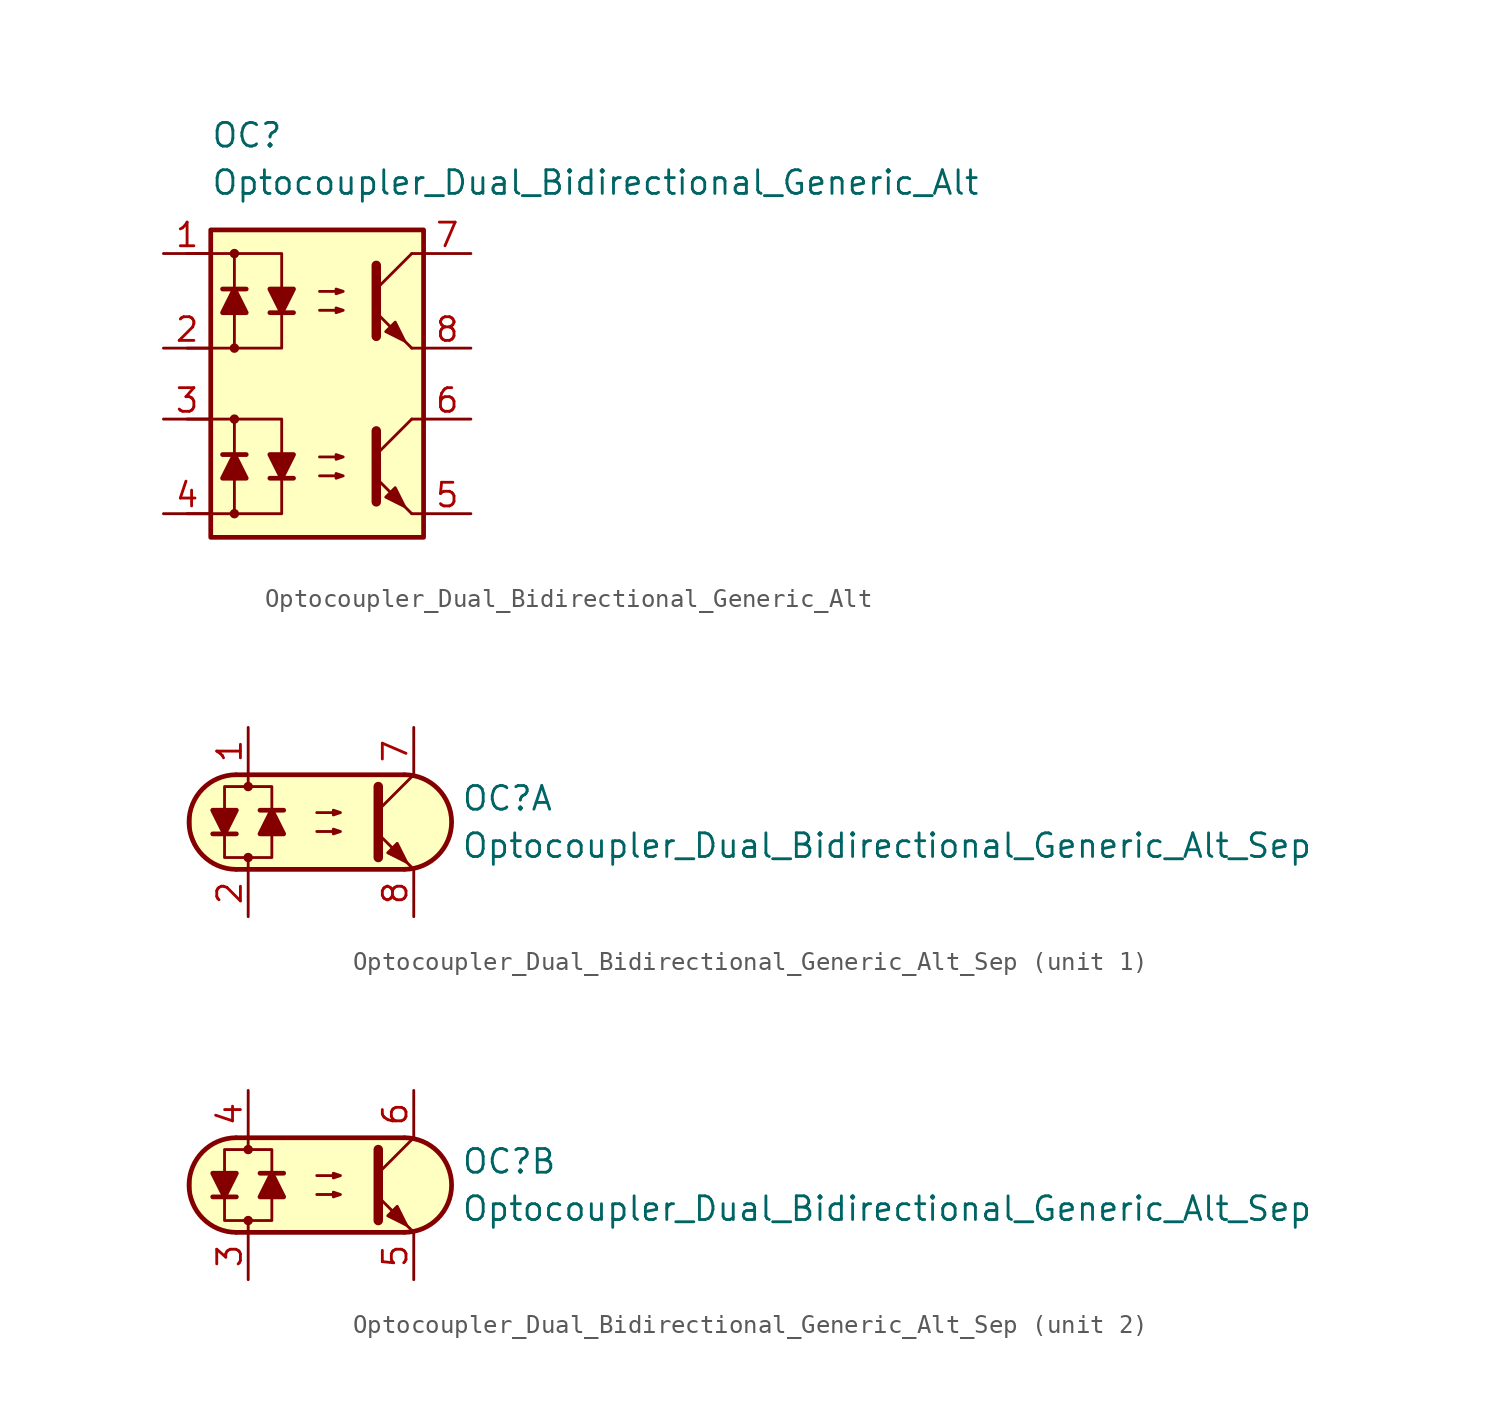
<source format=kicad_sym>
(kicad_symbol_lib
  (version 20211014)
  (generator kicad_symbol_editor)
  (symbol "Optocoupler_Dual_Bidirectional_Generic_Alt"
    (pin_names
      (offset 1.016))
    (property "Reference" "OC"
      (at -6.35 8.89 0)
      (effects (font (size 1.27 1.27)) (justify left)))
    (property "Value" "Optocoupler_Dual_Bidirectional_Generic_Alt"
      (at -6.35 6.35 0)
      (effects (font (size 1.27 1.27)) (justify left)))
    (symbol "Optocoupler_Dual_Bidirectional_Generic_Alt_0_0"
      (rectangle (start -6.35 3.81) (end 5.08 -12.7) (stroke (width 0.254) (type default) (color 0 0 0 0)) (fill (type background))))
    (symbol "Optocoupler_Dual_Bidirectional_Generic_Alt_0_1"
      (polyline (pts (xy 2.54 0.635) (xy 4.445 2.54)) (stroke (width 0) (type default) (color 0 0 0 0)) (fill (type none)))
      (polyline (pts (xy 4.445 -2.54) (xy 2.54 -0.635)) (stroke (width 0) (type default) (color 0 0 0 0)) (fill (type outline)))
      (polyline (pts (xy 4.445 -2.54) (xy 5.08 -2.54)) (stroke (width 0) (type default) (color 0 0 0 0)) (fill (type none)))
      (polyline (pts (xy 4.445 2.54) (xy 5.08 2.54)) (stroke (width 0) (type default) (color 0 0 0 0)) (fill (type none)))
      (polyline (pts (xy 2.54 1.905) (xy 2.54 -1.905) (xy 2.54 -1.905)) (stroke (width 0.508) (type default) (color 0 0 0 0)) (fill (type none)))
      (polyline (pts (xy -0.508 -0.508) (xy 0.762 -0.508) (xy 0.381 -0.635) (xy 0.381 -0.381) (xy 0.762 -0.508)) (stroke (width 0) (type default) (color 0 0 0 0)) (fill (type none)))
      (polyline (pts (xy -0.508 0.508) (xy 0.762 0.508) (xy 0.381 0.381) (xy 0.381 0.635) (xy 0.762 0.508)) (stroke (width 0) (type default) (color 0 0 0 0)) (fill (type none)))
      (polyline (pts (xy 3.048 -1.651) (xy 3.556 -1.143) (xy 4.064 -2.159) (xy 3.048 -1.651) (xy 3.048 -1.651)) (stroke (width 0) (type default) (color 0 0 0 0)) (fill (type outline))))
    (symbol "Optocoupler_Dual_Bidirectional_Generic_Alt_1_1"
      (circle (center -5.08 -11.43) (radius 0.178) (stroke (width 0) (type default) (color 0 0 0 0)) (fill (type outline)))
      (circle (center -5.08 -6.35) (radius 0.178) (stroke (width 0) (type default) (color 0 0 0 0)) (fill (type outline)))
      (circle (center -5.08 -2.54) (radius 0.178) (stroke (width 0) (type default) (color 0 0 0 0)) (fill (type outline)))
      (circle (center -5.08 2.54) (radius 0.178) (stroke (width 0) (type default) (color 0 0 0 0)) (fill (type outline)))
      (polyline (pts (xy -4.445 -8.255) (xy -5.715 -8.255)) (stroke (width 0.254) (type default) (color 0 0 0 0)) (fill (type none)))
      (polyline (pts (xy -4.445 0.635) (xy -5.715 0.635)) (stroke (width 0.254) (type default) (color 0 0 0 0)) (fill (type none)))
      (polyline (pts (xy -3.175 -9.525) (xy -1.905 -9.525)) (stroke (width 0.254) (type default) (color 0 0 0 0)) (fill (type none)))
      (polyline (pts (xy -3.175 -0.635) (xy -1.905 -0.635)) (stroke (width 0.254) (type default) (color 0 0 0 0)) (fill (type none)))
      (polyline (pts (xy 2.54 -8.255) (xy 4.445 -6.35)) (stroke (width 0) (type default) (color 0 0 0 0)) (fill (type none)))
      (polyline (pts (xy 4.445 -11.43) (xy 2.54 -9.525)) (stroke (width 0) (type default) (color 0 0 0 0)) (fill (type outline)))
      (polyline (pts (xy 4.445 -11.43) (xy 5.08 -11.43)) (stroke (width 0) (type default) (color 0 0 0 0)) (fill (type none)))
      (polyline (pts (xy 4.445 -6.35) (xy 5.08 -6.35)) (stroke (width 0) (type default) (color 0 0 0 0)) (fill (type none)))
      (polyline (pts (xy -7.62 -6.35) (xy -5.08 -6.35) (xy -5.08 -9.525)) (stroke (width 0) (type default) (color 0 0 0 0)) (fill (type none)))
      (polyline (pts (xy -7.62 2.54) (xy -5.08 2.54) (xy -5.08 -0.635)) (stroke (width 0) (type default) (color 0 0 0 0)) (fill (type none)))
      (polyline (pts (xy -5.08 -9.525) (xy -5.08 -11.43) (xy -7.62 -11.43)) (stroke (width 0) (type default) (color 0 0 0 0)) (fill (type none)))
      (polyline (pts (xy -5.08 -6.35) (xy -2.54 -6.35) (xy -2.54 -9.525)) (stroke (width 0) (type default) (color 0 0 0 0)) (fill (type none)))
      (polyline (pts (xy -5.08 -0.635) (xy -5.08 -2.54) (xy -7.62 -2.54)) (stroke (width 0) (type default) (color 0 0 0 0)) (fill (type none)))
      (polyline (pts (xy -5.08 2.54) (xy -2.54 2.54) (xy -2.54 -0.635)) (stroke (width 0) (type default) (color 0 0 0 0)) (fill (type none)))
      (polyline (pts (xy -2.54 -9.525) (xy -2.54 -11.43) (xy -5.08 -11.43)) (stroke (width 0) (type default) (color 0 0 0 0)) (fill (type none)))
      (polyline (pts (xy -2.54 -0.635) (xy -2.54 -2.54) (xy -5.08 -2.54)) (stroke (width 0) (type default) (color 0 0 0 0)) (fill (type none)))
      (polyline (pts (xy 2.54 -6.985) (xy 2.54 -10.795) (xy 2.54 -10.795)) (stroke (width 0.508) (type default) (color 0 0 0 0)) (fill (type none)))
      (polyline (pts (xy -5.08 -8.255) (xy -4.445 -9.525) (xy -5.715 -9.525) (xy -5.08 -8.255)) (stroke (width 0.254) (type default) (color 0 0 0 0)) (fill (type outline)))
      (polyline (pts (xy -5.08 0.635) (xy -4.445 -0.635) (xy -5.715 -0.635) (xy -5.08 0.635)) (stroke (width 0.254) (type default) (color 0 0 0 0)) (fill (type outline)))
      (polyline (pts (xy -2.54 -9.525) (xy -3.175 -8.255) (xy -1.905 -8.255) (xy -2.54 -9.525)) (stroke (width 0.254) (type default) (color 0 0 0 0)) (fill (type outline)))
      (polyline (pts (xy -2.54 -0.635) (xy -3.175 0.635) (xy -1.905 0.635) (xy -2.54 -0.635)) (stroke (width 0.254) (type default) (color 0 0 0 0)) (fill (type outline)))
      (polyline (pts (xy -0.508 -9.398) (xy 0.762 -9.398) (xy 0.381 -9.525) (xy 0.381 -9.271) (xy 0.762 -9.398)) (stroke (width 0) (type default) (color 0 0 0 0)) (fill (type none)))
      (polyline (pts (xy -0.508 -8.382) (xy 0.762 -8.382) (xy 0.381 -8.509) (xy 0.381 -8.255) (xy 0.762 -8.382)) (stroke (width 0) (type default) (color 0 0 0 0)) (fill (type none)))
      (polyline (pts (xy 3.048 -10.541) (xy 3.556 -10.033) (xy 4.064 -11.049) (xy 3.048 -10.541) (xy 3.048 -10.541)) (stroke (width 0) (type default) (color 0 0 0 0)) (fill (type outline)))
      (pin passive line (at -8.89 2.54 0) (length 2.54) (name "~" (effects (font (size 1.27 1.27)))) (number "1" (effects (font (size 1.27 1.27)))))
      (pin passive line (at -8.89 -2.54 0) (length 2.54) (name "~" (effects (font (size 1.27 1.27)))) (number "2" (effects (font (size 1.27 1.27)))))
      (pin passive line (at -8.89 -6.35 0) (length 2.54) (name "~" (effects (font (size 1.27 1.27)))) (number "3" (effects (font (size 1.27 1.27)))))
      (pin passive line (at -8.89 -11.43 0) (length 2.54) (name "~" (effects (font (size 1.27 1.27)))) (number "4" (effects (font (size 1.27 1.27)))))
      (pin passive line (at 7.62 -11.43 180) (length 2.54) (name "~" (effects (font (size 1.27 1.27)))) (number "5" (effects (font (size 1.27 1.27)))))
      (pin passive line (at 7.62 -6.35 180) (length 2.54) (name "~" (effects (font (size 1.27 1.27)))) (number "6" (effects (font (size 1.27 1.27)))))
      (pin passive line (at 7.62 2.54 180) (length 2.54) (name "~" (effects (font (size 1.27 1.27)))) (number "7" (effects (font (size 1.27 1.27)))))
      (pin passive line (at 7.62 -2.54 180) (length 2.54) (name "~" (effects (font (size 1.27 1.27)))) (number "8" (effects (font (size 1.27 1.27)))))))
  (symbol "Optocoupler_Dual_Bidirectional_Generic_Alt_Sep"
    (pin_names
      (offset 1.016))
    (property "Reference" "OC"
      (at 7.62 1.27 0)
      (effects (font (size 1.27 1.27)) (justify left)))
    (property "Value" "Optocoupler_Dual_Bidirectional_Generic_Alt_Sep"
      (at 7.62 -1.27 0)
      (effects (font (size 1.27 1.27)) (justify left)))
    (property "ki_locked" ""
      (at 0 0 0)
      (effects (font (size 1.27 1.27))))
    (symbol "Optocoupler_Dual_Bidirectional_Generic_Alt_Sep_0_1"
      (arc (start -4.4675 2.54) (mid -6.9851 0) (end -4.4675 -2.54) (stroke (width 0.254) (type default) (color 0 0 0 0)) (fill (type none)))
      (circle (center -3.81 -1.905) (radius 0.178) (stroke (width 0) (type default) (color 0 0 0 0)) (fill (type outline)))
      (circle (center -3.81 1.905) (radius 0.178) (stroke (width 0) (type default) (color 0 0 0 0)) (fill (type outline)))
      (polyline (pts (xy -5.715 -0.635) (xy -4.445 -0.635)) (stroke (width 0.254) (type default) (color 0 0 0 0)) (fill (type none)))
      (polyline (pts (xy -4.445 2.54) (xy 4.572 2.54)) (stroke (width 0.254) (type default) (color 0 0 0 0)) (fill (type none)))
      (polyline (pts (xy -3.81 1.905) (xy -3.81 2.54)) (stroke (width 0.152) (type default) (color 0 0 0 0)) (fill (type none)))
      (polyline (pts (xy -1.905 0.635) (xy -3.175 0.635)) (stroke (width 0.254) (type default) (color 0 0 0 0)) (fill (type none)))
      (polyline (pts (xy 3.175 0.635) (xy 5.08 2.54)) (stroke (width 0) (type default) (color 0 0 0 0)) (fill (type none)))
      (polyline (pts (xy 4.572 -2.54) (xy -4.445 -2.54)) (stroke (width 0.254) (type default) (color 0 0 0 0)) (fill (type none)))
      (polyline (pts (xy 5.08 -2.54) (xy 3.175 -0.635)) (stroke (width 0) (type default) (color 0 0 0 0)) (fill (type outline)))
      (polyline (pts (xy 3.175 1.905) (xy 3.175 -1.905) (xy 3.175 -1.905)) (stroke (width 0.508) (type default) (color 0 0 0 0)) (fill (type none)))
      (polyline (pts (xy -5.08 -0.635) (xy -5.715 0.635) (xy -4.445 0.635) (xy -5.08 -0.635)) (stroke (width 0.254) (type default) (color 0 0 0 0)) (fill (type outline)))
      (polyline (pts (xy -2.54 0.635) (xy -1.905 -0.635) (xy -3.175 -0.635) (xy -2.54 0.635)) (stroke (width 0.254) (type default) (color 0 0 0 0)) (fill (type outline)))
      (polyline (pts (xy -0.127 -0.508) (xy 1.143 -0.508) (xy 0.762 -0.635) (xy 0.762 -0.381) (xy 1.143 -0.508)) (stroke (width 0) (type default) (color 0 0 0 0)) (fill (type none)))
      (polyline (pts (xy -0.127 0.508) (xy 1.143 0.508) (xy 0.762 0.381) (xy 0.762 0.635) (xy 1.143 0.508)) (stroke (width 0) (type default) (color 0 0 0 0)) (fill (type none)))
      (polyline (pts (xy 3.683 -1.651) (xy 4.191 -1.143) (xy 4.699 -2.159) (xy 3.683 -1.651) (xy 3.683 -1.651)) (stroke (width 0) (type default) (color 0 0 0 0)) (fill (type outline)))
      (polyline (pts (xy -3.81 -2.54) (xy -3.81 -1.905) (xy -5.08 -1.905) (xy -5.08 1.905) (xy -2.54 1.905) (xy -2.54 -1.905) (xy -3.81 -1.905)) (stroke (width 0.152) (type default) (color 0 0 0 0)) (fill (type none)))
      (polyline (pts (xy -3.81 2.54) (xy 4.826 2.54) (xy 5.334 2.413) (xy 5.969 2.159) (xy 6.604 1.524) (xy 6.985 0.762) (xy 7.112 0) (xy 6.985 -0.889) (xy 6.477 -1.651) (xy 5.969 -2.159) (xy 5.334 -2.413) (xy 4.699 -2.54) (xy -5.08 -2.54) (xy -5.08 -2.54) (xy -5.842 -2.032) (xy -6.35 -1.778) (xy -6.858 -0.508) (xy -6.858 0.254) (xy -6.858 1.016) (xy -6.35 1.778) (xy -5.588 2.286) (xy -4.826 2.54) (xy -3.81 2.54)) (stroke (width 0.01) (type default) (color 0 0 0 0)) (fill (type background)))
      (arc (start 4.5945 -2.54) (mid 7.1121 0) (end 4.5945 2.54) (stroke (width 0.254) (type default) (color 0 0 0 0)) (fill (type none))))
    (symbol "Optocoupler_Dual_Bidirectional_Generic_Alt_Sep_1_1"
      (pin passive line (at -3.81 5.08 270) (length 2.54) (name "~" (effects (font (size 1.27 1.27)))) (number "1" (effects (font (size 1.27 1.27)))))
      (pin passive line (at -3.81 -5.08 90) (length 2.54) (name "~" (effects (font (size 1.27 1.27)))) (number "2" (effects (font (size 1.27 1.27)))))
      (pin passive line (at 5.08 5.08 270) (length 2.54) (name "~" (effects (font (size 1.27 1.27)))) (number "7" (effects (font (size 1.27 1.27)))))
      (pin passive line (at 5.08 -5.08 90) (length 2.54) (name "~" (effects (font (size 1.27 1.27)))) (number "8" (effects (font (size 1.27 1.27))))))
    (symbol "Optocoupler_Dual_Bidirectional_Generic_Alt_Sep_2_1"
      (pin passive line (at -3.81 -5.08 90) (length 2.54) (name "~" (effects (font (size 1.27 1.27)))) (number "3" (effects (font (size 1.27 1.27)))))
      (pin passive line (at -3.81 5.08 270) (length 2.54) (name "~" (effects (font (size 1.27 1.27)))) (number "4" (effects (font (size 1.27 1.27)))))
      (pin passive line (at 5.08 -5.08 90) (length 2.54) (name "~" (effects (font (size 1.27 1.27)))) (number "5" (effects (font (size 1.27 1.27)))))
      (pin passive line (at 5.08 5.08 270) (length 2.54) (name "~" (effects (font (size 1.27 1.27)))) (number "6" (effects (font (size 1.27 1.27))))))))
</source>
